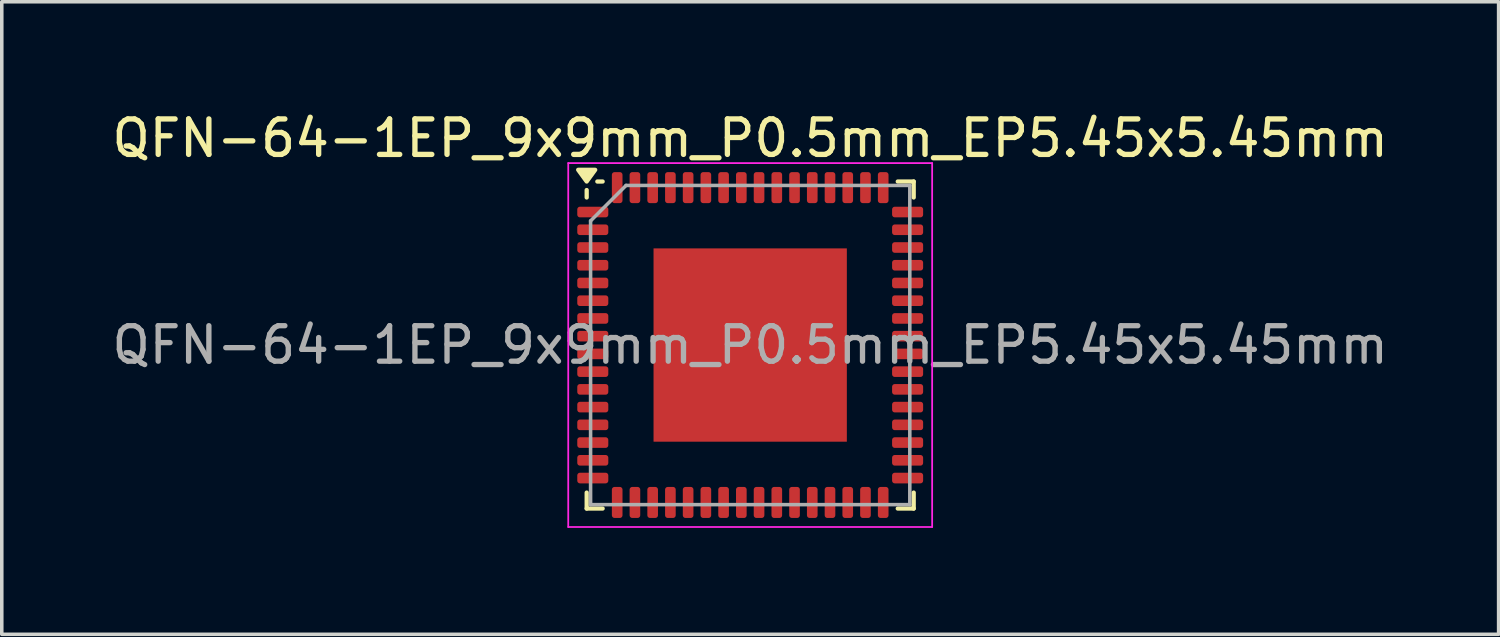
<source format=kicad_pcb>
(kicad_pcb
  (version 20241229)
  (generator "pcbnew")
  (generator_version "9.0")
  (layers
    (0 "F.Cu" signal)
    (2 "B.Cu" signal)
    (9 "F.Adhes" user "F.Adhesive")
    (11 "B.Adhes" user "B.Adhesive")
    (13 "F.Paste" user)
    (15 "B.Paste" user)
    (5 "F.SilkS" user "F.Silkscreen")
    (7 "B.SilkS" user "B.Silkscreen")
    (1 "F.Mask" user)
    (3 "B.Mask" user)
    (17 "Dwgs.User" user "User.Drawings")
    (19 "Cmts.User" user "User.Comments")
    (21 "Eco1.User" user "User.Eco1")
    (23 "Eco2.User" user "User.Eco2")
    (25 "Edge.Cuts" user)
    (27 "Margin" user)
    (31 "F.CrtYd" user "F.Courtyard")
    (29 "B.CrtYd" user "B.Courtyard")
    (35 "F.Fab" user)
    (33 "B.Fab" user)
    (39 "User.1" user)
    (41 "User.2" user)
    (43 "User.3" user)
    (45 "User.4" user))
  (footprint "QFN-64-1EP_9x9mm_P0.5mm_EP5.45x5.45mm"
    (layer "F.Cu")
    (at 18.101 6.678)
    (property "Reference" "QFN-64-1EP_9x9mm_P0.5mm_EP5.45x5.45mm" (at 0 -5.83 0) (layer "F.SilkS") (effects (font (size 1 1) (thickness 0.15))))
    (attr smd)
    (fp_line (start -4.61 -4.16) (end -4.61 -4.37) (stroke (width 0.12) (type solid)) (layer "F.SilkS"))
    (fp_line (start -4.61 4.61) (end -4.61 4.16) (stroke (width 0.12) (type solid)) (layer "F.SilkS"))
    (fp_line (start -4.16 -4.61) (end -4.31 -4.61) (stroke (width 0.12) (type solid)) (layer "F.SilkS"))
    (fp_line (start -4.16 4.61) (end -4.61 4.61) (stroke (width 0.12) (type solid)) (layer "F.SilkS"))
    (fp_line (start 4.16 -4.61) (end 4.61 -4.61) (stroke (width 0.12) (type solid)) (layer "F.SilkS"))
    (fp_line (start 4.16 4.61) (end 4.61 4.61) (stroke (width 0.12) (type solid)) (layer "F.SilkS"))
    (fp_line (start 4.61 -4.61) (end 4.61 -4.16) (stroke (width 0.12) (type solid)) (layer "F.SilkS"))
    (fp_line (start 4.61 4.61) (end 4.61 4.16) (stroke (width 0.12) (type solid)) (layer "F.SilkS"))
    (fp_poly (pts (xy -4.61 -4.61) (xy -4.85 -4.94) (xy -4.37 -4.94) (xy -4.61 -4.61)) (stroke (width 0.12) (type solid)) (fill yes) (layer "F.SilkS"))
    (fp_line (start -5.13 -5.13) (end -5.13 5.13) (stroke (width 0.05) (type solid)) (layer "F.CrtYd"))
    (fp_line (start -5.13 5.13) (end 5.13 5.13) (stroke (width 0.05) (type solid)) (layer "F.CrtYd"))
    (fp_line (start 5.13 -5.13) (end -5.13 -5.13) (stroke (width 0.05) (type solid)) (layer "F.CrtYd"))
    (fp_line (start 5.13 5.13) (end 5.13 -5.13) (stroke (width 0.05) (type solid)) (layer "F.CrtYd"))
    (fp_line (start -4.5 -3.5) (end -3.5 -4.5) (stroke (width 0.1) (type solid)) (layer "F.Fab"))
    (fp_line (start -4.5 4.5) (end -4.5 -3.5) (stroke (width 0.1) (type solid)) (layer "F.Fab"))
    (fp_line (start -3.5 -4.5) (end 4.5 -4.5) (stroke (width 0.1) (type solid)) (layer "F.Fab"))
    (fp_line (start 4.5 -4.5) (end 4.5 4.5) (stroke (width 0.1) (type solid)) (layer "F.Fab"))
    (fp_line (start 4.5 4.5) (end -4.5 4.5) (stroke (width 0.1) (type solid)) (layer "F.Fab"))
    (fp_text user "${REFERENCE}" (at 0 0 0) (layer "F.Fab") (effects (font (size 1 1) (thickness 0.15))))
    (pad "" smd roundrect (at -2.04 -2.04) (size 1.1 1.1) (layers "F.Paste") (roundrect_rratio 0.227))
    (pad "" smd roundrect (at -2.04 -0.68) (size 1.1 1.1) (layers "F.Paste") (roundrect_rratio 0.227))
    (pad "" smd roundrect (at -2.04 0.68) (size 1.1 1.1) (layers "F.Paste") (roundrect_rratio 0.227))
    (pad "" smd roundrect (at -2.04 2.04) (size 1.1 1.1) (layers "F.Paste") (roundrect_rratio 0.227))
    (pad "" smd roundrect (at -0.68 -2.04) (size 1.1 1.1) (layers "F.Paste") (roundrect_rratio 0.227))
    (pad "" smd roundrect (at -0.68 -0.68) (size 1.1 1.1) (layers "F.Paste") (roundrect_rratio 0.227))
    (pad "" smd roundrect (at -0.68 0.68) (size 1.1 1.1) (layers "F.Paste") (roundrect_rratio 0.227))
    (pad "" smd roundrect (at -0.68 2.04) (size 1.1 1.1) (layers "F.Paste") (roundrect_rratio 0.227))
    (pad "" smd roundrect (at 0.68 -2.04) (size 1.1 1.1) (layers "F.Paste") (roundrect_rratio 0.227))
    (pad "" smd roundrect (at 0.68 -0.68) (size 1.1 1.1) (layers "F.Paste") (roundrect_rratio 0.227))
    (pad "" smd roundrect (at 0.68 0.68) (size 1.1 1.1) (layers "F.Paste") (roundrect_rratio 0.227))
    (pad "" smd roundrect (at 0.68 2.04) (size 1.1 1.1) (layers "F.Paste") (roundrect_rratio 0.227))
    (pad "" smd roundrect (at 2.04 -2.04) (size 1.1 1.1) (layers "F.Paste") (roundrect_rratio 0.227))
    (pad "" smd roundrect (at 2.04 -0.68) (size 1.1 1.1) (layers "F.Paste") (roundrect_rratio 0.227))
    (pad "" smd roundrect (at 2.04 0.68) (size 1.1 1.1) (layers "F.Paste") (roundrect_rratio 0.227))
    (pad "" smd roundrect (at 2.04 2.04) (size 1.1 1.1) (layers "F.Paste") (roundrect_rratio 0.227))
    (pad "1" smd roundrect (at -4.438 -3.75) (size 0.875 0.3) (layers "F.Cu" "F.Mask" "F.Paste") (roundrect_rratio 0.25))
    (pad "2" smd roundrect (at -4.438 -3.25) (size 0.875 0.3) (layers "F.Cu" "F.Mask" "F.Paste") (roundrect_rratio 0.25))
    (pad "3" smd roundrect (at -4.438 -2.75) (size 0.875 0.3) (layers "F.Cu" "F.Mask" "F.Paste") (roundrect_rratio 0.25))
    (pad "4" smd roundrect (at -4.438 -2.25) (size 0.875 0.3) (layers "F.Cu" "F.Mask" "F.Paste") (roundrect_rratio 0.25))
    (pad "5" smd roundrect (at -4.438 -1.75) (size 0.875 0.3) (layers "F.Cu" "F.Mask" "F.Paste") (roundrect_rratio 0.25))
    (pad "6" smd roundrect (at -4.438 -1.25) (size 0.875 0.3) (layers "F.Cu" "F.Mask" "F.Paste") (roundrect_rratio 0.25))
    (pad "7" smd roundrect (at -4.438 -0.75) (size 0.875 0.3) (layers "F.Cu" "F.Mask" "F.Paste") (roundrect_rratio 0.25))
    (pad "8" smd roundrect (at -4.438 -0.25) (size 0.875 0.3) (layers "F.Cu" "F.Mask" "F.Paste") (roundrect_rratio 0.25))
    (pad "9" smd roundrect (at -4.438 0.25) (size 0.875 0.3) (layers "F.Cu" "F.Mask" "F.Paste") (roundrect_rratio 0.25))
    (pad "10" smd roundrect (at -4.438 0.75) (size 0.875 0.3) (layers "F.Cu" "F.Mask" "F.Paste") (roundrect_rratio 0.25))
    (pad "11" smd roundrect (at -4.438 1.25) (size 0.875 0.3) (layers "F.Cu" "F.Mask" "F.Paste") (roundrect_rratio 0.25))
    (pad "12" smd roundrect (at -4.438 1.75) (size 0.875 0.3) (layers "F.Cu" "F.Mask" "F.Paste") (roundrect_rratio 0.25))
    (pad "13" smd roundrect (at -4.438 2.25) (size 0.875 0.3) (layers "F.Cu" "F.Mask" "F.Paste") (roundrect_rratio 0.25))
    (pad "14" smd roundrect (at -4.438 2.75) (size 0.875 0.3) (layers "F.Cu" "F.Mask" "F.Paste") (roundrect_rratio 0.25))
    (pad "15" smd roundrect (at -4.438 3.25) (size 0.875 0.3) (layers "F.Cu" "F.Mask" "F.Paste") (roundrect_rratio 0.25))
    (pad "16" smd roundrect (at -4.438 3.75) (size 0.875 0.3) (layers "F.Cu" "F.Mask" "F.Paste") (roundrect_rratio 0.25))
    (pad "17" smd roundrect (at -3.75 4.438) (size 0.3 0.875) (layers "F.Cu" "F.Mask" "F.Paste") (roundrect_rratio 0.25))
    (pad "18" smd roundrect (at -3.25 4.438) (size 0.3 0.875) (layers "F.Cu" "F.Mask" "F.Paste") (roundrect_rratio 0.25))
    (pad "19" smd roundrect (at -2.75 4.438) (size 0.3 0.875) (layers "F.Cu" "F.Mask" "F.Paste") (roundrect_rratio 0.25))
    (pad "20" smd roundrect (at -2.25 4.438) (size 0.3 0.875) (layers "F.Cu" "F.Mask" "F.Paste") (roundrect_rratio 0.25))
    (pad "21" smd roundrect (at -1.75 4.438) (size 0.3 0.875) (layers "F.Cu" "F.Mask" "F.Paste") (roundrect_rratio 0.25))
    (pad "22" smd roundrect (at -1.25 4.438) (size 0.3 0.875) (layers "F.Cu" "F.Mask" "F.Paste") (roundrect_rratio 0.25))
    (pad "23" smd roundrect (at -0.75 4.438) (size 0.3 0.875) (layers "F.Cu" "F.Mask" "F.Paste") (roundrect_rratio 0.25))
    (pad "24" smd roundrect (at -0.25 4.438) (size 0.3 0.875) (layers "F.Cu" "F.Mask" "F.Paste") (roundrect_rratio 0.25))
    (pad "25" smd roundrect (at 0.25 4.438) (size 0.3 0.875) (layers "F.Cu" "F.Mask" "F.Paste") (roundrect_rratio 0.25))
    (pad "26" smd roundrect (at 0.75 4.438) (size 0.3 0.875) (layers "F.Cu" "F.Mask" "F.Paste") (roundrect_rratio 0.25))
    (pad "27" smd roundrect (at 1.25 4.438) (size 0.3 0.875) (layers "F.Cu" "F.Mask" "F.Paste") (roundrect_rratio 0.25))
    (pad "28" smd roundrect (at 1.75 4.438) (size 0.3 0.875) (layers "F.Cu" "F.Mask" "F.Paste") (roundrect_rratio 0.25))
    (pad "29" smd roundrect (at 2.25 4.438) (size 0.3 0.875) (layers "F.Cu" "F.Mask" "F.Paste") (roundrect_rratio 0.25))
    (pad "30" smd roundrect (at 2.75 4.438) (size 0.3 0.875) (layers "F.Cu" "F.Mask" "F.Paste") (roundrect_rratio 0.25))
    (pad "31" smd roundrect (at 3.25 4.438) (size 0.3 0.875) (layers "F.Cu" "F.Mask" "F.Paste") (roundrect_rratio 0.25))
    (pad "32" smd roundrect (at 3.75 4.438) (size 0.3 0.875) (layers "F.Cu" "F.Mask" "F.Paste") (roundrect_rratio 0.25))
    (pad "33" smd roundrect (at 4.438 3.75) (size 0.875 0.3) (layers "F.Cu" "F.Mask" "F.Paste") (roundrect_rratio 0.25))
    (pad "34" smd roundrect (at 4.438 3.25) (size 0.875 0.3) (layers "F.Cu" "F.Mask" "F.Paste") (roundrect_rratio 0.25))
    (pad "35" smd roundrect (at 4.438 2.75) (size 0.875 0.3) (layers "F.Cu" "F.Mask" "F.Paste") (roundrect_rratio 0.25))
    (pad "36" smd roundrect (at 4.438 2.25) (size 0.875 0.3) (layers "F.Cu" "F.Mask" "F.Paste") (roundrect_rratio 0.25))
    (pad "37" smd roundrect (at 4.438 1.75) (size 0.875 0.3) (layers "F.Cu" "F.Mask" "F.Paste") (roundrect_rratio 0.25))
    (pad "38" smd roundrect (at 4.438 1.25) (size 0.875 0.3) (layers "F.Cu" "F.Mask" "F.Paste") (roundrect_rratio 0.25))
    (pad "39" smd roundrect (at 4.438 0.75) (size 0.875 0.3) (layers "F.Cu" "F.Mask" "F.Paste") (roundrect_rratio 0.25))
    (pad "40" smd roundrect (at 4.438 0.25) (size 0.875 0.3) (layers "F.Cu" "F.Mask" "F.Paste") (roundrect_rratio 0.25))
    (pad "41" smd roundrect (at 4.438 -0.25) (size 0.875 0.3) (layers "F.Cu" "F.Mask" "F.Paste") (roundrect_rratio 0.25))
    (pad "42" smd roundrect (at 4.438 -0.75) (size 0.875 0.3) (layers "F.Cu" "F.Mask" "F.Paste") (roundrect_rratio 0.25))
    (pad "43" smd roundrect (at 4.438 -1.25) (size 0.875 0.3) (layers "F.Cu" "F.Mask" "F.Paste") (roundrect_rratio 0.25))
    (pad "44" smd roundrect (at 4.438 -1.75) (size 0.875 0.3) (layers "F.Cu" "F.Mask" "F.Paste") (roundrect_rratio 0.25))
    (pad "45" smd roundrect (at 4.438 -2.25) (size 0.875 0.3) (layers "F.Cu" "F.Mask" "F.Paste") (roundrect_rratio 0.25))
    (pad "46" smd roundrect (at 4.438 -2.75) (size 0.875 0.3) (layers "F.Cu" "F.Mask" "F.Paste") (roundrect_rratio 0.25))
    (pad "47" smd roundrect (at 4.438 -3.25) (size 0.875 0.3) (layers "F.Cu" "F.Mask" "F.Paste") (roundrect_rratio 0.25))
    (pad "48" smd roundrect (at 4.438 -3.75) (size 0.875 0.3) (layers "F.Cu" "F.Mask" "F.Paste") (roundrect_rratio 0.25))
    (pad "49" smd roundrect (at 3.75 -4.438) (size 0.3 0.875) (layers "F.Cu" "F.Mask" "F.Paste") (roundrect_rratio 0.25))
    (pad "50" smd roundrect (at 3.25 -4.438) (size 0.3 0.875) (layers "F.Cu" "F.Mask" "F.Paste") (roundrect_rratio 0.25))
    (pad "51" smd roundrect (at 2.75 -4.438) (size 0.3 0.875) (layers "F.Cu" "F.Mask" "F.Paste") (roundrect_rratio 0.25))
    (pad "52" smd roundrect (at 2.25 -4.438) (size 0.3 0.875) (layers "F.Cu" "F.Mask" "F.Paste") (roundrect_rratio 0.25))
    (pad "53" smd roundrect (at 1.75 -4.438) (size 0.3 0.875) (layers "F.Cu" "F.Mask" "F.Paste") (roundrect_rratio 0.25))
    (pad "54" smd roundrect (at 1.25 -4.438) (size 0.3 0.875) (layers "F.Cu" "F.Mask" "F.Paste") (roundrect_rratio 0.25))
    (pad "55" smd roundrect (at 0.75 -4.438) (size 0.3 0.875) (layers "F.Cu" "F.Mask" "F.Paste") (roundrect_rratio 0.25))
    (pad "56" smd roundrect (at 0.25 -4.438) (size 0.3 0.875) (layers "F.Cu" "F.Mask" "F.Paste") (roundrect_rratio 0.25))
    (pad "57" smd roundrect (at -0.25 -4.438) (size 0.3 0.875) (layers "F.Cu" "F.Mask" "F.Paste") (roundrect_rratio 0.25))
    (pad "58" smd roundrect (at -0.75 -4.438) (size 0.3 0.875) (layers "F.Cu" "F.Mask" "F.Paste") (roundrect_rratio 0.25))
    (pad "59" smd roundrect (at -1.25 -4.438) (size 0.3 0.875) (layers "F.Cu" "F.Mask" "F.Paste") (roundrect_rratio 0.25))
    (pad "60" smd roundrect (at -1.75 -4.438) (size 0.3 0.875) (layers "F.Cu" "F.Mask" "F.Paste") (roundrect_rratio 0.25))
    (pad "61" smd roundrect (at -2.25 -4.438) (size 0.3 0.875) (layers "F.Cu" "F.Mask" "F.Paste") (roundrect_rratio 0.25))
    (pad "62" smd roundrect (at -2.75 -4.438) (size 0.3 0.875) (layers "F.Cu" "F.Mask" "F.Paste") (roundrect_rratio 0.25))
    (pad "63" smd roundrect (at -3.25 -4.438) (size 0.3 0.875) (layers "F.Cu" "F.Mask" "F.Paste") (roundrect_rratio 0.25))
    (pad "64" smd roundrect (at -3.75 -4.438) (size 0.3 0.875) (layers "F.Cu" "F.Mask" "F.Paste") (roundrect_rratio 0.25))
    (pad "65" smd rect (at 0 0) (size 5.45 5.45) (property pad_prop_heatsink) (layers "F.Cu" "F.Mask")))
  (gr_rect
    (start -3 -3)
    (end 39.202 14.833)
    (stroke (width 0.1) (type default))
    (fill no)
    (layer "Edge.Cuts")))
</source>
